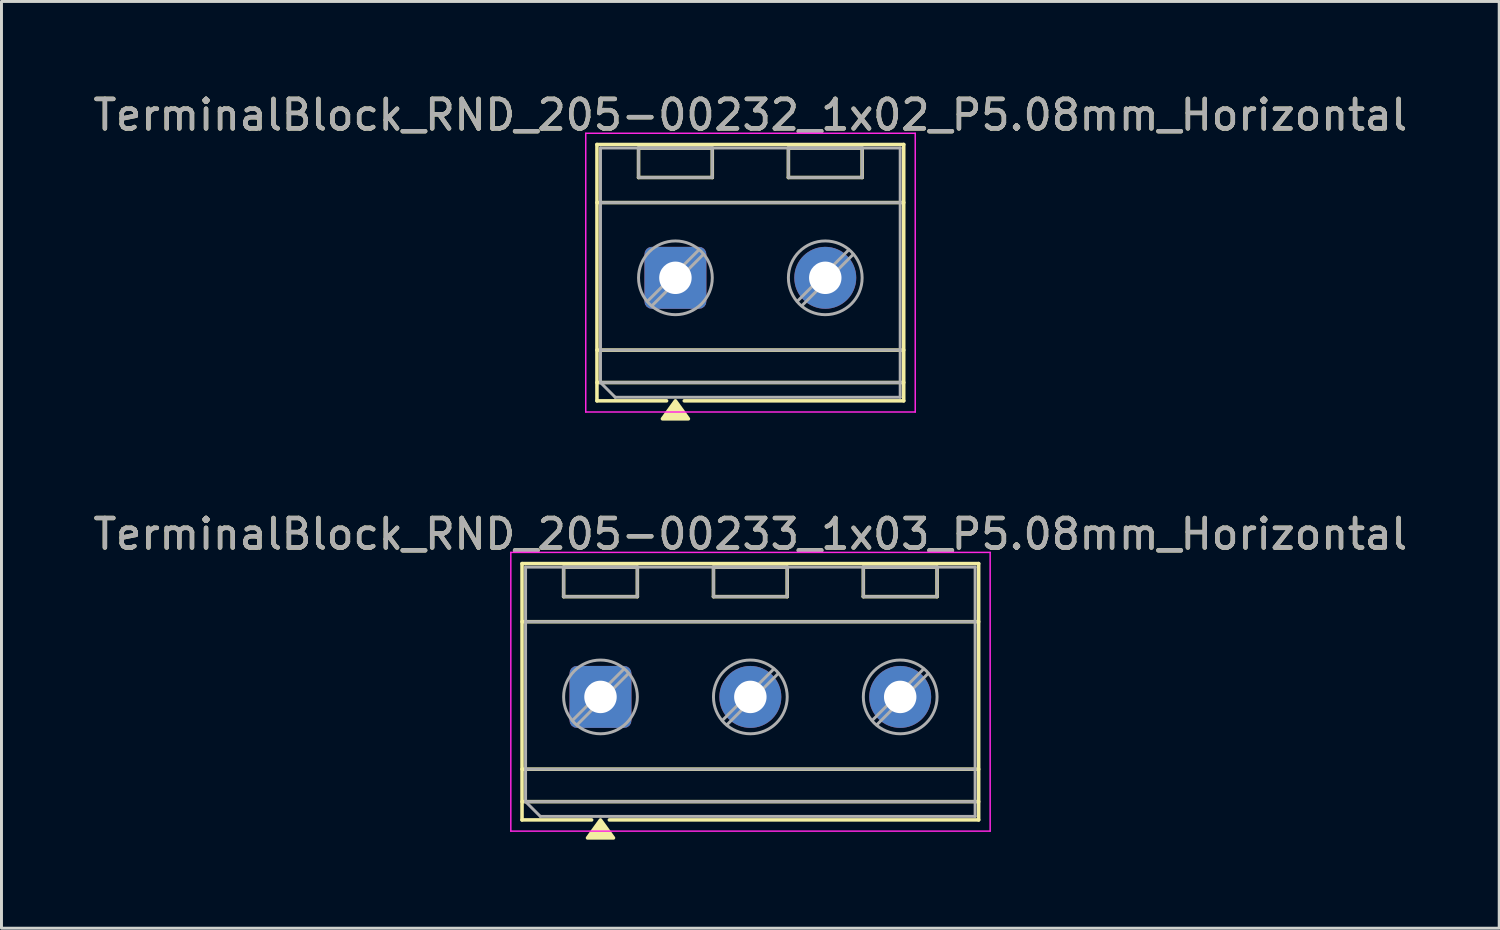
<source format=kicad_pcb>
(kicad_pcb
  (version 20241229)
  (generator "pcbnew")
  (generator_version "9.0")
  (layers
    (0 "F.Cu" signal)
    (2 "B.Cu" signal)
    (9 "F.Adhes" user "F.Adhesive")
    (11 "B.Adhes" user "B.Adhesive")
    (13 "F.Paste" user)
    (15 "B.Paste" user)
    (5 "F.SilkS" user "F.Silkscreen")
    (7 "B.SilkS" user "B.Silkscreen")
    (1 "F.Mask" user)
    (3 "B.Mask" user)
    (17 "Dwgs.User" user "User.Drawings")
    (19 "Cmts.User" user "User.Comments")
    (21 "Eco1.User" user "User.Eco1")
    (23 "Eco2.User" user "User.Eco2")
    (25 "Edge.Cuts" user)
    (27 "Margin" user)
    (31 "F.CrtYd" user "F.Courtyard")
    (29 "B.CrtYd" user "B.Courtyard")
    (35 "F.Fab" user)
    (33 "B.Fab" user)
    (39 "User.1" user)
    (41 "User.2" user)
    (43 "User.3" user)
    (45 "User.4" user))
  (footprint "TerminalBlock_RND_205-00232_1x02_P5.08mm_Horizontal"
    (layer "F.Cu")
    (at 19.847 6.368)
    (property "Reference" "TerminalBlock_RND_205-00232_1x02_P5.08mm_Horizontal" (at 2.54 -5.52 0) (layer "F.SilkS") (effects (font (size 1 1) (thickness 0.15))))
    (attr through_hole)
    (fp_line (start -2.66 -4.52) (end -2.66 4.17) (stroke (width 0.12) (type solid)) (layer "F.SilkS"))
    (fp_line (start -2.66 -4.52) (end 7.74 -4.52) (stroke (width 0.12) (type solid)) (layer "F.SilkS"))
    (fp_line (start -2.66 -2.55) (end 7.74 -2.55) (stroke (width 0.12) (type solid)) (layer "F.SilkS"))
    (fp_line (start -2.66 2.45) (end 7.74 2.45) (stroke (width 0.12) (type solid)) (layer "F.SilkS"))
    (fp_line (start -2.66 3.55) (end 7.74 3.55) (stroke (width 0.12) (type solid)) (layer "F.SilkS"))
    (fp_line (start -2.66 4.17) (end -0.3 4.17) (stroke (width 0.12) (type solid)) (layer "F.SilkS"))
    (fp_line (start -1.25 -4.4) (end -1.25 -3.4) (stroke (width 0.12) (type solid)) (layer "F.SilkS"))
    (fp_line (start -1.25 -4.4) (end 1.25 -4.4) (stroke (width 0.12) (type solid)) (layer "F.SilkS"))
    (fp_line (start -1.25 -3.4) (end 1.25 -3.4) (stroke (width 0.12) (type solid)) (layer "F.SilkS"))
    (fp_line (start 0.3 4.17) (end 7.74 4.17) (stroke (width 0.12) (type solid)) (layer "F.SilkS"))
    (fp_line (start 1.25 -4.4) (end 1.25 -3.4) (stroke (width 0.12) (type solid)) (layer "F.SilkS"))
    (fp_line (start 3.83 -4.4) (end 3.83 -3.4) (stroke (width 0.12) (type solid)) (layer "F.SilkS"))
    (fp_line (start 3.83 -4.4) (end 6.33 -4.4) (stroke (width 0.12) (type solid)) (layer "F.SilkS"))
    (fp_line (start 3.83 -3.4) (end 6.33 -3.4) (stroke (width 0.12) (type solid)) (layer "F.SilkS"))
    (fp_line (start 6.33 -4.4) (end 6.33 -3.4) (stroke (width 0.12) (type solid)) (layer "F.SilkS"))
    (fp_line (start 7.74 -4.52) (end 7.74 4.17) (stroke (width 0.12) (type solid)) (layer "F.SilkS"))
    (fp_poly (pts (xy 0 4.17) (xy 0.44 4.78) (xy -0.44 4.78)) (stroke (width 0.12) (type solid)) (fill yes) (layer "F.SilkS"))
    (fp_line (start -3.04 -4.9) (end -3.04 4.55) (stroke (width 0.05) (type solid)) (layer "F.CrtYd"))
    (fp_line (start -3.04 4.55) (end 8.13 4.55) (stroke (width 0.05) (type solid)) (layer "F.CrtYd"))
    (fp_line (start 8.13 -4.9) (end -3.04 -4.9) (stroke (width 0.05) (type solid)) (layer "F.CrtYd"))
    (fp_line (start 8.13 4.55) (end 8.13 -4.9) (stroke (width 0.05) (type solid)) (layer "F.CrtYd"))
    (fp_line (start -2.54 -4.4) (end 7.62 -4.4) (stroke (width 0.1) (type solid)) (layer "F.Fab"))
    (fp_line (start -2.54 -2.55) (end 7.62 -2.55) (stroke (width 0.1) (type solid)) (layer "F.Fab"))
    (fp_line (start -2.54 2.45) (end 7.62 2.45) (stroke (width 0.1) (type solid)) (layer "F.Fab"))
    (fp_line (start -2.54 3.55) (end -2.54 -4.4) (stroke (width 0.1) (type solid)) (layer "F.Fab"))
    (fp_line (start -2.54 3.55) (end 7.62 3.55) (stroke (width 0.1) (type solid)) (layer "F.Fab"))
    (fp_line (start -2.04 4.05) (end -2.54 3.55) (stroke (width 0.1) (type solid)) (layer "F.Fab"))
    (fp_line (start -1.25 -4.4) (end -1.25 -3.4) (stroke (width 0.1) (type solid)) (layer "F.Fab"))
    (fp_line (start -1.25 -3.4) (end 1.25 -3.4) (stroke (width 0.1) (type solid)) (layer "F.Fab"))
    (fp_line (start 0.796 -0.948) (end -0.948 0.795) (stroke (width 0.1) (type solid)) (layer "F.Fab"))
    (fp_line (start 0.948 -0.795) (end -0.796 0.948) (stroke (width 0.1) (type solid)) (layer "F.Fab"))
    (fp_line (start 1.25 -4.4) (end -1.25 -4.4) (stroke (width 0.1) (type solid)) (layer "F.Fab"))
    (fp_line (start 1.25 -3.4) (end 1.25 -4.4) (stroke (width 0.1) (type solid)) (layer "F.Fab"))
    (fp_line (start 3.83 -4.4) (end 3.83 -3.4) (stroke (width 0.1) (type solid)) (layer "F.Fab"))
    (fp_line (start 3.83 -3.4) (end 6.33 -3.4) (stroke (width 0.1) (type solid)) (layer "F.Fab"))
    (fp_line (start 5.876 -0.948) (end 4.132 0.795) (stroke (width 0.1) (type solid)) (layer "F.Fab"))
    (fp_line (start 6.028 -0.795) (end 4.284 0.948) (stroke (width 0.1) (type solid)) (layer "F.Fab"))
    (fp_line (start 6.33 -4.4) (end 3.83 -4.4) (stroke (width 0.1) (type solid)) (layer "F.Fab"))
    (fp_line (start 6.33 -3.4) (end 6.33 -4.4) (stroke (width 0.1) (type solid)) (layer "F.Fab"))
    (fp_line (start 7.62 -4.4) (end 7.62 4.05) (stroke (width 0.1) (type solid)) (layer "F.Fab"))
    (fp_line (start 7.62 4.05) (end -2.04 4.05) (stroke (width 0.1) (type solid)) (layer "F.Fab"))
    (fp_circle (center 0 0) (end 1.25 0) (stroke (width 0.1) (type solid)) (fill no) (layer "F.Fab"))
    (fp_circle (center 5.08 0) (end 6.33 0) (stroke (width 0.1) (type solid)) (fill no) (layer "F.Fab"))
    (fp_text user "${REFERENCE}" (at 2.54 -5.52 0) (layer "F.Fab") (effects (font (size 1 1) (thickness 0.15))))
    (pad "1" thru_hole roundrect (at 0 0) (size 2.1 2.1) (drill 1.1) (layers "*.Cu" "*.Mask") (roundrect_rratio 0.119))
    (pad "2" thru_hole circle (at 5.08 0) (size 2.1 2.1) (drill 1.1) (layers "*.Cu" "*.Mask")))
  (footprint "TerminalBlock_RND_205-00233_1x03_P5.08mm_Horizontal"
    (layer "F.Cu")
    (at 17.307 20.576)
    (property "Reference" "TerminalBlock_RND_205-00233_1x03_P5.08mm_Horizontal" (at 5.08 -5.52 0) (layer "F.SilkS") (effects (font (size 1 1) (thickness 0.15))))
    (attr through_hole)
    (fp_line (start -2.66 -4.52) (end -2.66 4.17) (stroke (width 0.12) (type solid)) (layer "F.SilkS"))
    (fp_line (start -2.66 -4.52) (end 12.82 -4.52) (stroke (width 0.12) (type solid)) (layer "F.SilkS"))
    (fp_line (start -2.66 -2.55) (end 12.82 -2.55) (stroke (width 0.12) (type solid)) (layer "F.SilkS"))
    (fp_line (start -2.66 2.45) (end 12.82 2.45) (stroke (width 0.12) (type solid)) (layer "F.SilkS"))
    (fp_line (start -2.66 3.55) (end 12.82 3.55) (stroke (width 0.12) (type solid)) (layer "F.SilkS"))
    (fp_line (start -2.66 4.17) (end -0.3 4.17) (stroke (width 0.12) (type solid)) (layer "F.SilkS"))
    (fp_line (start -1.25 -4.4) (end -1.25 -3.4) (stroke (width 0.12) (type solid)) (layer "F.SilkS"))
    (fp_line (start -1.25 -4.4) (end 1.25 -4.4) (stroke (width 0.12) (type solid)) (layer "F.SilkS"))
    (fp_line (start -1.25 -3.4) (end 1.25 -3.4) (stroke (width 0.12) (type solid)) (layer "F.SilkS"))
    (fp_line (start 0.3 4.17) (end 12.82 4.17) (stroke (width 0.12) (type solid)) (layer "F.SilkS"))
    (fp_line (start 1.25 -4.4) (end 1.25 -3.4) (stroke (width 0.12) (type solid)) (layer "F.SilkS"))
    (fp_line (start 3.83 -4.4) (end 3.83 -3.4) (stroke (width 0.12) (type solid)) (layer "F.SilkS"))
    (fp_line (start 3.83 -4.4) (end 6.33 -4.4) (stroke (width 0.12) (type solid)) (layer "F.SilkS"))
    (fp_line (start 3.83 -3.4) (end 6.33 -3.4) (stroke (width 0.12) (type solid)) (layer "F.SilkS"))
    (fp_line (start 6.33 -4.4) (end 6.33 -3.4) (stroke (width 0.12) (type solid)) (layer "F.SilkS"))
    (fp_line (start 8.91 -4.4) (end 8.91 -3.4) (stroke (width 0.12) (type solid)) (layer "F.SilkS"))
    (fp_line (start 8.91 -4.4) (end 11.41 -4.4) (stroke (width 0.12) (type solid)) (layer "F.SilkS"))
    (fp_line (start 8.91 -3.4) (end 11.41 -3.4) (stroke (width 0.12) (type solid)) (layer "F.SilkS"))
    (fp_line (start 11.41 -4.4) (end 11.41 -3.4) (stroke (width 0.12) (type solid)) (layer "F.SilkS"))
    (fp_line (start 12.82 -4.52) (end 12.82 4.17) (stroke (width 0.12) (type solid)) (layer "F.SilkS"))
    (fp_poly (pts (xy 0 4.17) (xy 0.44 4.78) (xy -0.44 4.78)) (stroke (width 0.12) (type solid)) (fill yes) (layer "F.SilkS"))
    (fp_line (start -3.04 -4.9) (end -3.04 4.55) (stroke (width 0.05) (type solid)) (layer "F.CrtYd"))
    (fp_line (start -3.04 4.55) (end 13.21 4.55) (stroke (width 0.05) (type solid)) (layer "F.CrtYd"))
    (fp_line (start 13.21 -4.9) (end -3.04 -4.9) (stroke (width 0.05) (type solid)) (layer "F.CrtYd"))
    (fp_line (start 13.21 4.55) (end 13.21 -4.9) (stroke (width 0.05) (type solid)) (layer "F.CrtYd"))
    (fp_line (start -2.54 -4.4) (end 12.7 -4.4) (stroke (width 0.1) (type solid)) (layer "F.Fab"))
    (fp_line (start -2.54 -2.55) (end 12.7 -2.55) (stroke (width 0.1) (type solid)) (layer "F.Fab"))
    (fp_line (start -2.54 2.45) (end 12.7 2.45) (stroke (width 0.1) (type solid)) (layer "F.Fab"))
    (fp_line (start -2.54 3.55) (end -2.54 -4.4) (stroke (width 0.1) (type solid)) (layer "F.Fab"))
    (fp_line (start -2.54 3.55) (end 12.7 3.55) (stroke (width 0.1) (type solid)) (layer "F.Fab"))
    (fp_line (start -2.04 4.05) (end -2.54 3.55) (stroke (width 0.1) (type solid)) (layer "F.Fab"))
    (fp_line (start -1.25 -4.4) (end -1.25 -3.4) (stroke (width 0.1) (type solid)) (layer "F.Fab"))
    (fp_line (start -1.25 -3.4) (end 1.25 -3.4) (stroke (width 0.1) (type solid)) (layer "F.Fab"))
    (fp_line (start 0.796 -0.948) (end -0.948 0.795) (stroke (width 0.1) (type solid)) (layer "F.Fab"))
    (fp_line (start 0.948 -0.795) (end -0.796 0.948) (stroke (width 0.1) (type solid)) (layer "F.Fab"))
    (fp_line (start 1.25 -4.4) (end -1.25 -4.4) (stroke (width 0.1) (type solid)) (layer "F.Fab"))
    (fp_line (start 1.25 -3.4) (end 1.25 -4.4) (stroke (width 0.1) (type solid)) (layer "F.Fab"))
    (fp_line (start 3.83 -4.4) (end 3.83 -3.4) (stroke (width 0.1) (type solid)) (layer "F.Fab"))
    (fp_line (start 3.83 -3.4) (end 6.33 -3.4) (stroke (width 0.1) (type solid)) (layer "F.Fab"))
    (fp_line (start 5.876 -0.948) (end 4.132 0.795) (stroke (width 0.1) (type solid)) (layer "F.Fab"))
    (fp_line (start 6.028 -0.795) (end 4.284 0.948) (stroke (width 0.1) (type solid)) (layer "F.Fab"))
    (fp_line (start 6.33 -4.4) (end 3.83 -4.4) (stroke (width 0.1) (type solid)) (layer "F.Fab"))
    (fp_line (start 6.33 -3.4) (end 6.33 -4.4) (stroke (width 0.1) (type solid)) (layer "F.Fab"))
    (fp_line (start 8.91 -4.4) (end 8.91 -3.4) (stroke (width 0.1) (type solid)) (layer "F.Fab"))
    (fp_line (start 8.91 -3.4) (end 11.41 -3.4) (stroke (width 0.1) (type solid)) (layer "F.Fab"))
    (fp_line (start 10.956 -0.948) (end 9.212 0.795) (stroke (width 0.1) (type solid)) (layer "F.Fab"))
    (fp_line (start 11.108 -0.795) (end 9.364 0.948) (stroke (width 0.1) (type solid)) (layer "F.Fab"))
    (fp_line (start 11.41 -4.4) (end 8.91 -4.4) (stroke (width 0.1) (type solid)) (layer "F.Fab"))
    (fp_line (start 11.41 -3.4) (end 11.41 -4.4) (stroke (width 0.1) (type solid)) (layer "F.Fab"))
    (fp_line (start 12.7 -4.4) (end 12.7 4.05) (stroke (width 0.1) (type solid)) (layer "F.Fab"))
    (fp_line (start 12.7 4.05) (end -2.04 4.05) (stroke (width 0.1) (type solid)) (layer "F.Fab"))
    (fp_circle (center 0 0) (end 1.25 0) (stroke (width 0.1) (type solid)) (fill no) (layer "F.Fab"))
    (fp_circle (center 5.08 0) (end 6.33 0) (stroke (width 0.1) (type solid)) (fill no) (layer "F.Fab"))
    (fp_circle (center 10.16 0) (end 11.41 0) (stroke (width 0.1) (type solid)) (fill no) (layer "F.Fab"))
    (fp_text user "${REFERENCE}" (at 5.08 -5.52 0) (layer "F.Fab") (effects (font (size 1 1) (thickness 0.15))))
    (pad "1" thru_hole roundrect (at 0 0) (size 2.1 2.1) (drill 1.1) (layers "*.Cu" "*.Mask") (roundrect_rratio 0.119))
    (pad "2" thru_hole circle (at 5.08 0) (size 2.1 2.1) (drill 1.1) (layers "*.Cu" "*.Mask"))
    (pad "3" thru_hole circle (at 10.16 0) (size 2.1 2.1) (drill 1.1) (layers "*.Cu" "*.Mask")))
  (gr_rect
    (start -3 -3)
    (end 47.774 28.416)
    (stroke (width 0.1) (type default))
    (fill no)
    (layer "Edge.Cuts")))
</source>
